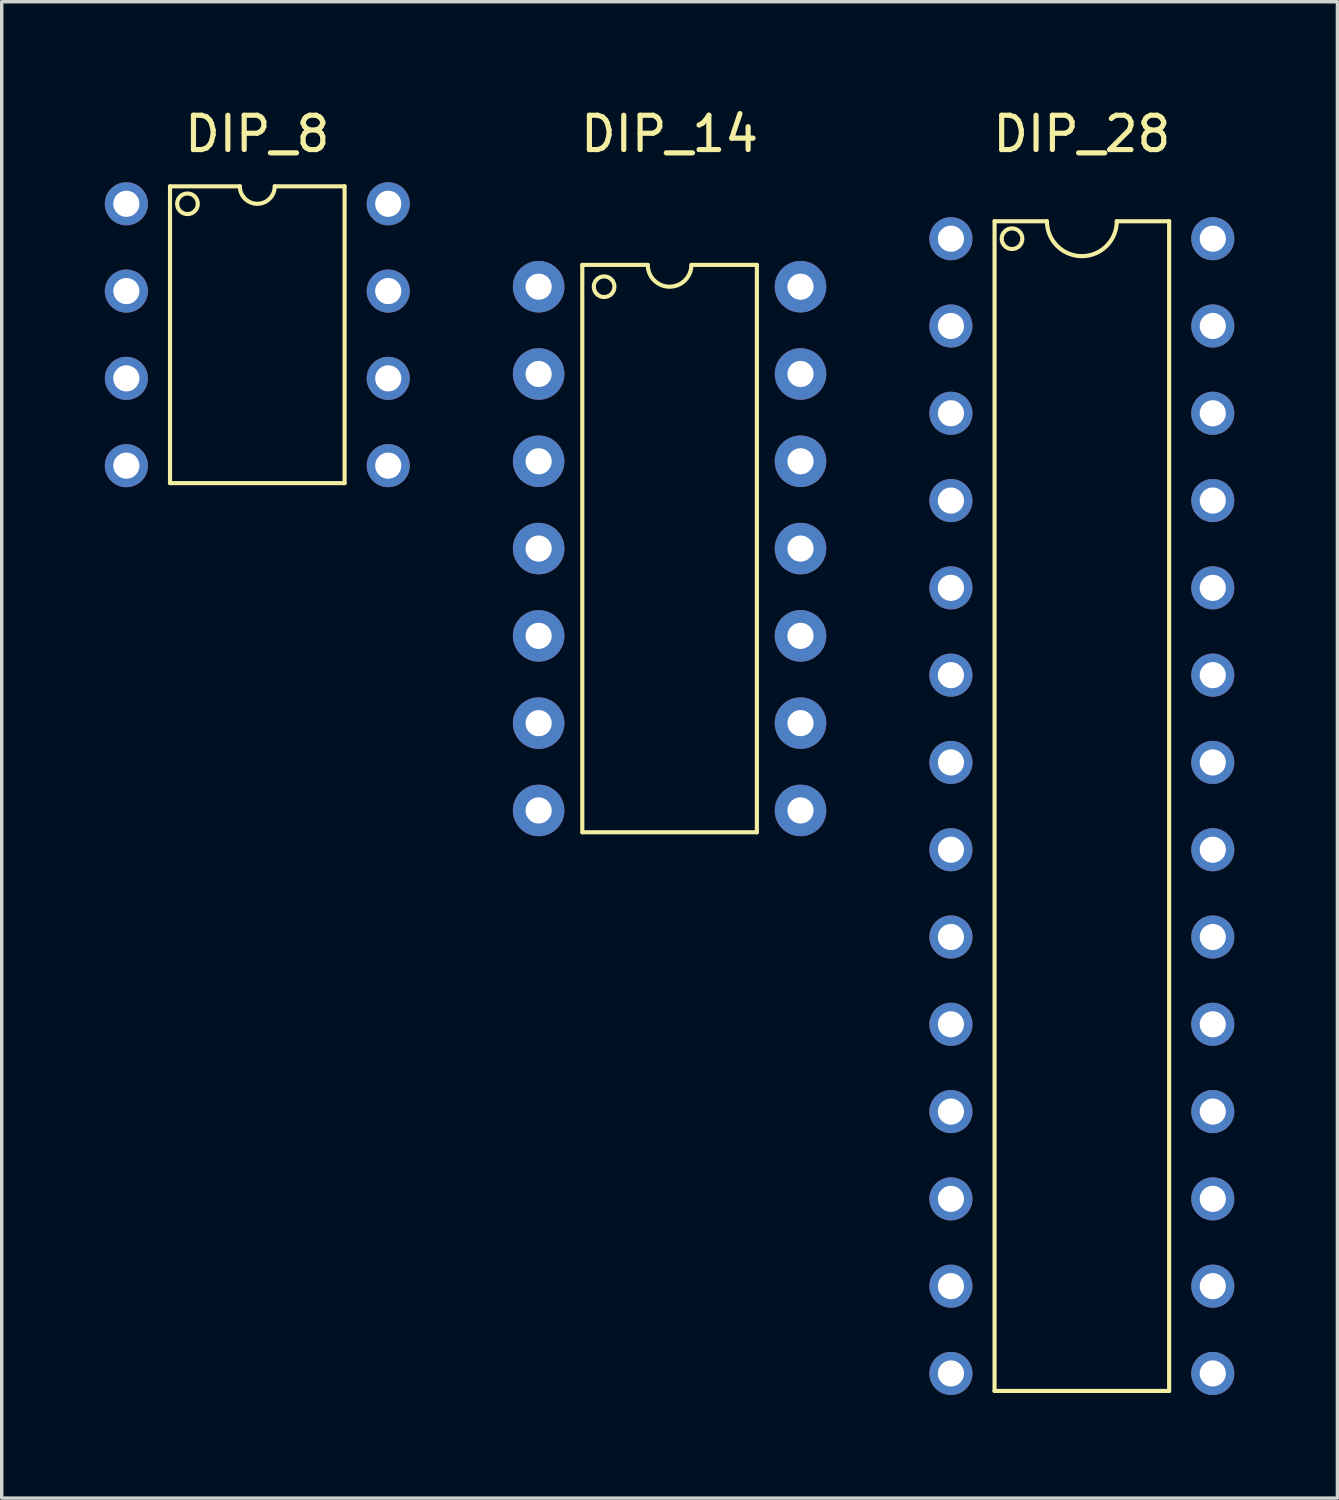
<source format=kicad_pcb>
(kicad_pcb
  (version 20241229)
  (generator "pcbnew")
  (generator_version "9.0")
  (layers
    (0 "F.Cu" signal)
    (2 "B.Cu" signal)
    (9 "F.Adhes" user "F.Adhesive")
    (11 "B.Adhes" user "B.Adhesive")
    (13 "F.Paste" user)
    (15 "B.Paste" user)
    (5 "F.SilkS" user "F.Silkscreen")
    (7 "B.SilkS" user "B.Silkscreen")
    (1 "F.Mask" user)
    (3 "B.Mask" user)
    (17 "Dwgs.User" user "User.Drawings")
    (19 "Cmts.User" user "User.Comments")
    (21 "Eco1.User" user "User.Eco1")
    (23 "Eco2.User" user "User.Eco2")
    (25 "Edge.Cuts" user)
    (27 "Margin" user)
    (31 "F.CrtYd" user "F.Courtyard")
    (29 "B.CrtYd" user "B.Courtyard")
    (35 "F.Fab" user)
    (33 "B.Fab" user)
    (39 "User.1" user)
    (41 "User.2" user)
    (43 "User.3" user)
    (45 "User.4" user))
  (footprint "DIP_8"
    (layer "F.Cu")
    (at 4.437 6.944)
    (property "Reference" "DIP_8" (at 0 -6.096 0) (layer "F.SilkS") (effects (font (size 1 1) (thickness 0.15))))
    (attr through_hole)
    (fp_line (start -2.54 -4.572) (end -2.54 4.064) (stroke (width 0.12) (type solid)) (layer "F.SilkS"))
    (fp_line (start -2.54 4.064) (end 2.54 4.064) (stroke (width 0.12) (type solid)) (layer "F.SilkS"))
    (fp_line (start -0.508 -4.572) (end -2.54 -4.572) (stroke (width 0.12) (type solid)) (layer "F.SilkS"))
    (fp_line (start 2.54 -4.572) (end 0.508 -4.572) (stroke (width 0.12) (type solid)) (layer "F.SilkS"))
    (fp_line (start 2.54 -4.572) (end 2.54 4.064) (stroke (width 0.12) (type solid)) (layer "F.SilkS"))
    (fp_arc (start 0.508 -4.572) (mid 0 -4.064) (end -0.508 -4.572) (stroke (width 0.12) (type solid)) (layer "F.SilkS"))
    (fp_circle (center -2.032 -4.064) (end -1.732 -4.064) (stroke (width 0.12) (type solid)) (fill no) (layer "F.SilkS"))
    (pad "1" thru_hole circle (at -3.81 -4.064) (size 1.254 1.254) (drill 0.762) (layers "*.Cu" "*.Mask"))
    (pad "2" thru_hole circle (at -3.81 -1.524) (size 1.254 1.254) (drill 0.762) (layers "*.Cu" "*.Mask"))
    (pad "3" thru_hole circle (at -3.81 1.016) (size 1.254 1.254) (drill 0.762) (layers "*.Cu" "*.Mask"))
    (pad "4" thru_hole circle (at -3.81 3.556) (size 1.254 1.254) (drill 0.762) (layers "*.Cu" "*.Mask"))
    (pad "5" thru_hole circle (at 3.81 3.556) (size 1.254 1.254) (drill 0.762) (layers "*.Cu" "*.Mask"))
    (pad "6" thru_hole circle (at 3.81 1.016) (size 1.254 1.254) (drill 0.762) (layers "*.Cu" "*.Mask"))
    (pad "7" thru_hole circle (at 3.81 -1.524) (size 1.254 1.254) (drill 0.762) (layers "*.Cu" "*.Mask"))
    (pad "8" thru_hole circle (at 3.81 -4.064) (size 1.254 1.254) (drill 0.762) (layers "*.Cu" "*.Mask")))
  (footprint "DIP_28"
    (layer "F.Cu")
    (at 28.431 19.136)
    (property "Reference" "DIP_28" (at 0 -18.288 0) (layer "F.SilkS") (effects (font (size 1 1) (thickness 0.15))))
    (attr through_hole)
    (fp_line (start -2.54 -15.748) (end -2.54 18.288) (stroke (width 0.12) (type solid)) (layer "F.SilkS"))
    (fp_line (start -2.54 18.288) (end 2.54 18.288) (stroke (width 0.12) (type solid)) (layer "F.SilkS"))
    (fp_line (start -1.016 -15.748) (end -2.54 -15.748) (stroke (width 0.12) (type solid)) (layer "F.SilkS"))
    (fp_line (start 2.54 -15.748) (end 1.016 -15.748) (stroke (width 0.12) (type solid)) (layer "F.SilkS"))
    (fp_line (start 2.54 18.288) (end 2.54 -15.748) (stroke (width 0.12) (type solid)) (layer "F.SilkS"))
    (fp_arc (start 1.016 -15.748) (mid 0 -14.732) (end -1.016 -15.748) (stroke (width 0.12) (type solid)) (layer "F.SilkS"))
    (fp_circle (center -2.032 -15.24) (end -1.732 -15.24) (stroke (width 0.12) (type solid)) (fill no) (layer "F.SilkS"))
    (pad "1" thru_hole circle (at -3.81 -15.24) (size 1.254 1.254) (drill 0.762) (layers "*.Cu" "*.Mask"))
    (pad "2" thru_hole circle (at -3.81 -12.7) (size 1.254 1.254) (drill 0.762) (layers "*.Cu" "*.Mask"))
    (pad "3" thru_hole circle (at -3.81 -10.16) (size 1.254 1.254) (drill 0.762) (layers "*.Cu" "*.Mask"))
    (pad "4" thru_hole circle (at -3.81 -7.62) (size 1.254 1.254) (drill 0.762) (layers "*.Cu" "*.Mask"))
    (pad "5" thru_hole circle (at -3.81 -5.08) (size 1.254 1.254) (drill 0.762) (layers "*.Cu" "*.Mask"))
    (pad "6" thru_hole circle (at -3.81 -2.54) (size 1.254 1.254) (drill 0.762) (layers "*.Cu" "*.Mask"))
    (pad "7" thru_hole circle (at -3.81 0) (size 1.254 1.254) (drill 0.762) (layers "*.Cu" "*.Mask"))
    (pad "8" thru_hole circle (at -3.81 2.54) (size 1.254 1.254) (drill 0.762) (layers "*.Cu" "*.Mask"))
    (pad "9" thru_hole circle (at -3.81 5.08) (size 1.254 1.254) (drill 0.762) (layers "*.Cu" "*.Mask"))
    (pad "10" thru_hole circle (at -3.81 7.62) (size 1.254 1.254) (drill 0.762) (layers "*.Cu" "*.Mask"))
    (pad "11" thru_hole circle (at -3.81 10.16) (size 1.254 1.254) (drill 0.762) (layers "*.Cu" "*.Mask"))
    (pad "12" thru_hole circle (at -3.81 12.7) (size 1.254 1.254) (drill 0.762) (layers "*.Cu" "*.Mask"))
    (pad "13" thru_hole circle (at -3.81 15.24) (size 1.254 1.254) (drill 0.762) (layers "*.Cu" "*.Mask"))
    (pad "14" thru_hole circle (at -3.81 17.78) (size 1.254 1.254) (drill 0.762) (layers "*.Cu" "*.Mask"))
    (pad "15" thru_hole circle (at 3.81 17.78) (size 1.254 1.254) (drill 0.762) (layers "*.Cu" "*.Mask"))
    (pad "16" thru_hole circle (at 3.81 15.24) (size 1.254 1.254) (drill 0.762) (layers "*.Cu" "*.Mask"))
    (pad "17" thru_hole circle (at 3.81 12.7) (size 1.254 1.254) (drill 0.762) (layers "*.Cu" "*.Mask"))
    (pad "18" thru_hole circle (at 3.81 10.16) (size 1.254 1.254) (drill 0.762) (layers "*.Cu" "*.Mask"))
    (pad "19" thru_hole circle (at 3.81 7.62) (size 1.254 1.254) (drill 0.762) (layers "*.Cu" "*.Mask"))
    (pad "20" thru_hole circle (at 3.81 5.08) (size 1.254 1.254) (drill 0.762) (layers "*.Cu" "*.Mask"))
    (pad "21" thru_hole circle (at 3.81 2.54) (size 1.254 1.254) (drill 0.762) (layers "*.Cu" "*.Mask"))
    (pad "22" thru_hole circle (at 3.81 0) (size 1.254 1.254) (drill 0.762) (layers "*.Cu" "*.Mask"))
    (pad "23" thru_hole circle (at 3.81 -2.54) (size 1.254 1.254) (drill 0.762) (layers "*.Cu" "*.Mask"))
    (pad "24" thru_hole circle (at 3.81 -5.08) (size 1.254 1.254) (drill 0.762) (layers "*.Cu" "*.Mask"))
    (pad "25" thru_hole circle (at 3.81 -7.62) (size 1.254 1.254) (drill 0.762) (layers "*.Cu" "*.Mask"))
    (pad "26" thru_hole circle (at 3.81 -10.16) (size 1.254 1.254) (drill 0.762) (layers "*.Cu" "*.Mask"))
    (pad "27" thru_hole circle (at 3.81 -12.7) (size 1.254 1.254) (drill 0.762) (layers "*.Cu" "*.Mask"))
    (pad "28" thru_hole circle (at 3.81 -15.24) (size 1.254 1.254) (drill 0.762) (layers "*.Cu" "*.Mask")))
  (footprint "DIP_14"
    (layer "F.Cu")
    (at 12.624 5.293)
    (property "Reference" "DIP_14" (at 3.81 -4.445 0) (layer "F.SilkS") (effects (font (size 1 1) (thickness 0.15))))
    (attr through_hole)
    (fp_line (start 1.27 -0.635) (end 1.27 15.875) (stroke (width 0.12) (type solid)) (layer "F.SilkS"))
    (fp_line (start 1.27 15.875) (end 6.35 15.875) (stroke (width 0.12) (type solid)) (layer "F.SilkS"))
    (fp_line (start 3.175 -0.635) (end 1.27 -0.635) (stroke (width 0.12) (type solid)) (layer "F.SilkS"))
    (fp_line (start 6.35 -0.635) (end 4.445 -0.635) (stroke (width 0.12) (type solid)) (layer "F.SilkS"))
    (fp_line (start 6.35 15.875) (end 6.35 -0.635) (stroke (width 0.12) (type solid)) (layer "F.SilkS"))
    (fp_arc (start 4.445 -0.635) (mid 3.81 0) (end 3.175 -0.635) (stroke (width 0.12) (type solid)) (layer "F.SilkS"))
    (fp_circle (center 1.905 0) (end 2.205 0) (stroke (width 0.12) (type solid)) (fill no) (layer "F.SilkS"))
    (pad "1" thru_hole circle (at 0 0) (size 1.5 1.5) (drill 0.762) (layers "*.Cu" "*.Mask"))
    (pad "2" thru_hole circle (at 0 2.54) (size 1.5 1.5) (drill 0.762) (layers "*.Cu" "*.Mask"))
    (pad "3" thru_hole circle (at 0 5.08) (size 1.5 1.5) (drill 0.762) (layers "*.Cu" "*.Mask"))
    (pad "4" thru_hole circle (at 0 7.62) (size 1.5 1.5) (drill 0.762) (layers "*.Cu" "*.Mask"))
    (pad "5" thru_hole circle (at 0 10.16) (size 1.5 1.5) (drill 0.762) (layers "*.Cu" "*.Mask"))
    (pad "6" thru_hole circle (at 0 12.7) (size 1.5 1.5) (drill 0.762) (layers "*.Cu" "*.Mask"))
    (pad "7" thru_hole circle (at 0 15.24) (size 1.5 1.5) (drill 0.762) (layers "*.Cu" "*.Mask"))
    (pad "8" thru_hole circle (at 7.62 15.24) (size 1.5 1.5) (drill 0.762) (layers "*.Cu" "*.Mask"))
    (pad "9" thru_hole circle (at 7.62 12.7) (size 1.5 1.5) (drill 0.762) (layers "*.Cu" "*.Mask"))
    (pad "10" thru_hole circle (at 7.62 10.16) (size 1.5 1.5) (drill 0.762) (layers "*.Cu" "*.Mask"))
    (pad "11" thru_hole circle (at 7.62 7.62) (size 1.5 1.5) (drill 0.762) (layers "*.Cu" "*.Mask"))
    (pad "12" thru_hole circle (at 7.62 5.08) (size 1.5 1.5) (drill 0.762) (layers "*.Cu" "*.Mask"))
    (pad "13" thru_hole circle (at 7.62 2.54) (size 1.5 1.5) (drill 0.762) (layers "*.Cu" "*.Mask"))
    (pad "14" thru_hole circle (at 7.62 0) (size 1.5 1.5) (drill 0.762) (layers "*.Cu" "*.Mask")))
  (gr_rect
    (start -3 -3)
    (end 35.868 40.543)
    (stroke (width 0.1) (type default))
    (fill no)
    (layer "Edge.Cuts")))
</source>
